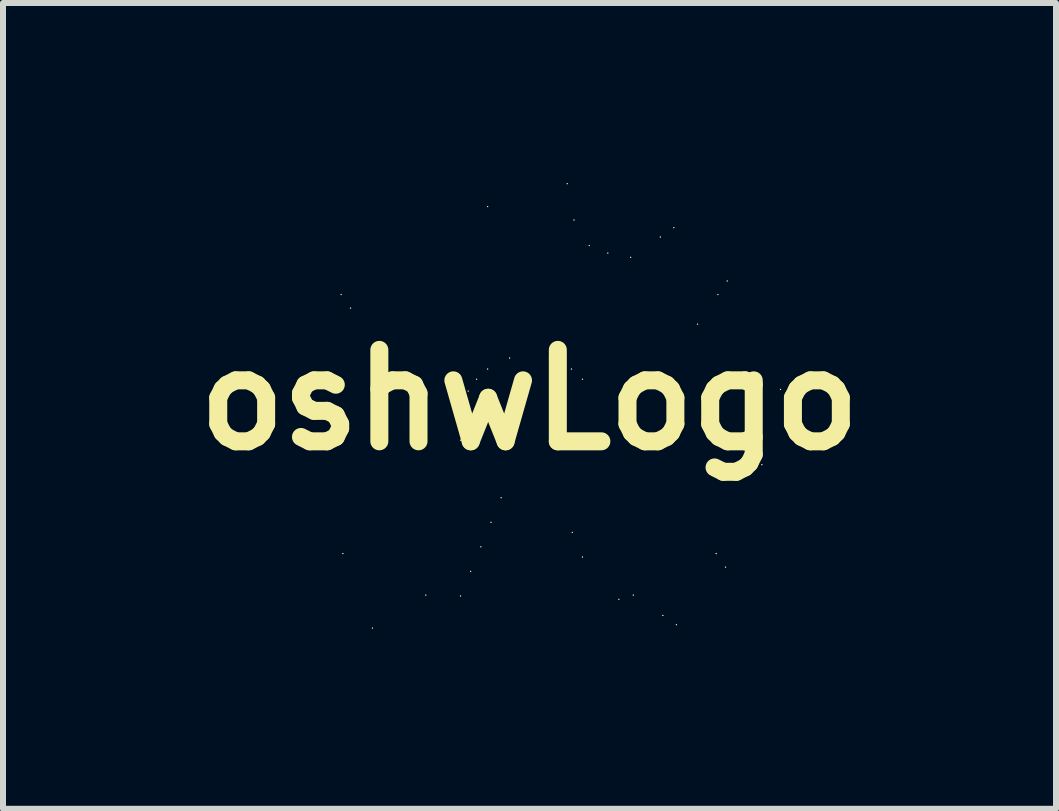
<source format=kicad_pcb>
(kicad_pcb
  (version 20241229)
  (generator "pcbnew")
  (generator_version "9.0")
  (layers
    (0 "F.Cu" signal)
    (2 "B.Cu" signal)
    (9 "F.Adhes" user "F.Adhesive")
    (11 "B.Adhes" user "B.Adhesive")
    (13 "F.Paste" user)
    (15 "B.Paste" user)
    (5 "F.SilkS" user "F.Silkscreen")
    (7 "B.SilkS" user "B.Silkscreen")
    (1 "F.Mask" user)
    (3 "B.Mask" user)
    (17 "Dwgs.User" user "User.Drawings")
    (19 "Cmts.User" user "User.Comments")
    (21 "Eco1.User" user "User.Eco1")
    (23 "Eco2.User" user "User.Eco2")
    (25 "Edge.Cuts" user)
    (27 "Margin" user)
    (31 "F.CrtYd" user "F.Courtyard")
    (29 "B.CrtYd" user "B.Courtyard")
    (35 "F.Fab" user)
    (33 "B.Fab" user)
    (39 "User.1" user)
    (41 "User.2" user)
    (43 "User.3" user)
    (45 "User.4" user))
  (footprint "oshwLogo"
    (layer "F.Cu")
    (at 5.777 3.617)
    (property "Reference" "oshwLogo" (at 0 0 0) (layer "F.SilkS") (effects (font (size 1.524 1.524) (thickness 0.3))))
    (attr through_hole)
    (fp_poly (pts (xy -3.133 -1.757) (xy -3.14 -1.75) (xy -3.147 -1.757) (xy -3.14 -1.764) (xy -3.133 -1.757)) (stroke (width 0.01) (type solid)) (fill yes) (layer "F.SilkS"))
    (fp_poly (pts (xy -3.104 2.561) (xy -3.111 2.568) (xy -3.119 2.561) (xy -3.111 2.554) (xy -3.104 2.561)) (stroke (width 0.01) (type solid)) (fill yes) (layer "F.SilkS"))
    (fp_poly (pts (xy -2.977 -1.531) (xy -2.985 -1.524) (xy -2.992 -1.531) (xy -2.985 -1.538) (xy -2.977 -1.531)) (stroke (width 0.01) (type solid)) (fill yes) (layer "F.SilkS"))
    (fp_poly (pts (xy -2.611 3.803) (xy -2.618 3.81) (xy -2.625 3.803) (xy -2.618 3.796) (xy -2.611 3.803)) (stroke (width 0.01) (type solid)) (fill yes) (layer "F.SilkS"))
    (fp_poly (pts (xy -1.722 3.253) (xy -1.729 3.26) (xy -1.736 3.253) (xy -1.729 3.246) (xy -1.722 3.253)) (stroke (width 0.01) (type solid)) (fill yes) (layer "F.SilkS"))
    (fp_poly (pts (xy -1.143 0.67) (xy -1.15 0.677) (xy -1.157 0.67) (xy -1.15 0.663) (xy -1.143 0.67)) (stroke (width 0.01) (type solid)) (fill yes) (layer "F.SilkS"))
    (fp_poly (pts (xy -1.143 3.267) (xy -1.15 3.274) (xy -1.157 3.267) (xy -1.15 3.26) (xy -1.143 3.267)) (stroke (width 0.01) (type solid)) (fill yes) (layer "F.SilkS"))
    (fp_poly (pts (xy -1.016 -0.148) (xy -1.023 -0.141) (xy -1.03 -0.148) (xy -1.023 -0.155) (xy -1.016 -0.148)) (stroke (width 0.01) (type solid)) (fill yes) (layer "F.SilkS"))
    (fp_poly (pts (xy -0.974 2.857) (xy -0.981 2.865) (xy -0.988 2.857) (xy -0.981 2.85) (xy -0.974 2.857)) (stroke (width 0.01) (type solid)) (fill yes) (layer "F.SilkS"))
    (fp_poly (pts (xy -0.875 -0.346) (xy -0.882 -0.339) (xy -0.889 -0.346) (xy -0.882 -0.353) (xy -0.875 -0.346)) (stroke (width 0.01) (type solid)) (fill yes) (layer "F.SilkS"))
    (fp_poly (pts (xy -0.804 2.448) (xy -0.811 2.455) (xy -0.818 2.448) (xy -0.811 2.441) (xy -0.804 2.448)) (stroke (width 0.01) (type solid)) (fill yes) (layer "F.SilkS"))
    (fp_poly (pts (xy -0.691 -3.224) (xy -0.699 -3.217) (xy -0.706 -3.224) (xy -0.699 -3.231) (xy -0.691 -3.224)) (stroke (width 0.01) (type solid)) (fill yes) (layer "F.SilkS"))
    (fp_poly (pts (xy -0.691 -0.515) (xy -0.699 -0.508) (xy -0.706 -0.515) (xy -0.699 -0.522) (xy -0.691 -0.515)) (stroke (width 0.01) (type solid)) (fill yes) (layer "F.SilkS"))
    (fp_poly (pts (xy -0.635 2.039) (xy -0.642 2.046) (xy -0.649 2.039) (xy -0.642 2.032) (xy -0.635 2.039)) (stroke (width 0.01) (type solid)) (fill yes) (layer "F.SilkS"))
    (fp_poly (pts (xy -0.466 1.63) (xy -0.473 1.637) (xy -0.48 1.63) (xy -0.473 1.623) (xy -0.466 1.63)) (stroke (width 0.01) (type solid)) (fill yes) (layer "F.SilkS"))
    (fp_poly (pts (xy -0.325 -0.699) (xy -0.332 -0.691) (xy -0.339 -0.699) (xy -0.332 -0.706) (xy -0.325 -0.699)) (stroke (width 0.01) (type solid)) (fill yes) (layer "F.SilkS"))
    (fp_poly (pts (xy 0.339 -0.699) (xy 0.332 -0.691) (xy 0.325 -0.699) (xy 0.332 -0.706) (xy 0.339 -0.699)) (stroke (width 0.01) (type solid)) (fill yes) (layer "F.SilkS"))
    (fp_poly (pts (xy 0.635 -3.605) (xy 0.628 -3.598) (xy 0.621 -3.605) (xy 0.628 -3.612) (xy 0.635 -3.605)) (stroke (width 0.01) (type solid)) (fill yes) (layer "F.SilkS"))
    (fp_poly (pts (xy 0.706 -0.515) (xy 0.699 -0.508) (xy 0.691 -0.515) (xy 0.699 -0.522) (xy 0.706 -0.515)) (stroke (width 0.01) (type solid)) (fill yes) (layer "F.SilkS"))
    (fp_poly (pts (xy 0.72 2.208) (xy 0.713 2.215) (xy 0.706 2.208) (xy 0.713 2.201) (xy 0.72 2.208)) (stroke (width 0.01) (type solid)) (fill yes) (layer "F.SilkS"))
    (fp_poly (pts (xy 0.748 -2.999) (xy 0.741 -2.992) (xy 0.734 -2.999) (xy 0.741 -3.006) (xy 0.748 -2.999)) (stroke (width 0.01) (type solid)) (fill yes) (layer "F.SilkS"))
    (fp_poly (pts (xy 0.889 -0.346) (xy 0.882 -0.339) (xy 0.875 -0.346) (xy 0.882 -0.353) (xy 0.889 -0.346)) (stroke (width 0.01) (type solid)) (fill yes) (layer "F.SilkS"))
    (fp_poly (pts (xy 0.889 2.618) (xy 0.882 2.625) (xy 0.875 2.618) (xy 0.882 2.611) (xy 0.889 2.618)) (stroke (width 0.01) (type solid)) (fill yes) (layer "F.SilkS"))
    (fp_poly (pts (xy 1.002 -2.575) (xy 0.995 -2.568) (xy 0.988 -2.575) (xy 0.995 -2.582) (xy 1.002 -2.575)) (stroke (width 0.01) (type solid)) (fill yes) (layer "F.SilkS"))
    (fp_poly (pts (xy 1.157 0.67) (xy 1.15 0.677) (xy 1.143 0.67) (xy 1.15 0.663) (xy 1.157 0.67)) (stroke (width 0.01) (type solid)) (fill yes) (layer "F.SilkS"))
    (fp_poly (pts (xy 1.312 -2.448) (xy 1.305 -2.441) (xy 1.298 -2.448) (xy 1.305 -2.455) (xy 1.312 -2.448)) (stroke (width 0.01) (type solid)) (fill yes) (layer "F.SilkS"))
    (fp_poly (pts (xy 1.496 3.323) (xy 1.489 3.33) (xy 1.482 3.323) (xy 1.489 3.316) (xy 1.496 3.323)) (stroke (width 0.01) (type solid)) (fill yes) (layer "F.SilkS"))
    (fp_poly (pts (xy 1.693 -2.378) (xy 1.686 -2.371) (xy 1.679 -2.378) (xy 1.686 -2.385) (xy 1.693 -2.378)) (stroke (width 0.01) (type solid)) (fill yes) (layer "F.SilkS"))
    (fp_poly (pts (xy 1.736 3.253) (xy 1.729 3.26) (xy 1.722 3.253) (xy 1.729 3.246) (xy 1.736 3.253)) (stroke (width 0.01) (type solid)) (fill yes) (layer "F.SilkS"))
    (fp_poly (pts (xy 2.187 -2.716) (xy 2.18 -2.709) (xy 2.173 -2.716) (xy 2.18 -2.723) (xy 2.187 -2.716)) (stroke (width 0.01) (type solid)) (fill yes) (layer "F.SilkS"))
    (fp_poly (pts (xy 2.23 3.591) (xy 2.223 3.598) (xy 2.215 3.591) (xy 2.223 3.584) (xy 2.23 3.591)) (stroke (width 0.01) (type solid)) (fill yes) (layer "F.SilkS"))
    (fp_poly (pts (xy 2.413 -2.872) (xy 2.406 -2.865) (xy 2.399 -2.872) (xy 2.406 -2.879) (xy 2.413 -2.872)) (stroke (width 0.01) (type solid)) (fill yes) (layer "F.SilkS"))
    (fp_poly (pts (xy 2.455 3.747) (xy 2.448 3.754) (xy 2.441 3.747) (xy 2.448 3.739) (xy 2.455 3.747)) (stroke (width 0.01) (type solid)) (fill yes) (layer "F.SilkS"))
    (fp_poly (pts (xy 2.808 -1.263) (xy 2.801 -1.256) (xy 2.794 -1.263) (xy 2.801 -1.27) (xy 2.808 -1.263)) (stroke (width 0.01) (type solid)) (fill yes) (layer "F.SilkS"))
    (fp_poly (pts (xy 3.119 2.561) (xy 3.111 2.568) (xy 3.104 2.561) (xy 3.111 2.554) (xy 3.119 2.561)) (stroke (width 0.01) (type solid)) (fill yes) (layer "F.SilkS"))
    (fp_poly (pts (xy 3.147 -1.757) (xy 3.14 -1.75) (xy 3.133 -1.757) (xy 3.14 -1.764) (xy 3.147 -1.757)) (stroke (width 0.01) (type solid)) (fill yes) (layer "F.SilkS"))
    (fp_poly (pts (xy 3.274 1.192) (xy 3.267 1.199) (xy 3.26 1.192) (xy 3.267 1.185) (xy 3.274 1.192)) (stroke (width 0.01) (type solid)) (fill yes) (layer "F.SilkS"))
    (fp_poly (pts (xy 3.274 2.787) (xy 3.267 2.794) (xy 3.26 2.787) (xy 3.267 2.78) (xy 3.274 2.787)) (stroke (width 0.01) (type solid)) (fill yes) (layer "F.SilkS"))
    (fp_poly (pts (xy 3.302 -1.983) (xy 3.295 -1.976) (xy 3.288 -1.983) (xy 3.295 -1.99) (xy 3.302 -1.983)) (stroke (width 0.01) (type solid)) (fill yes) (layer "F.SilkS"))
    (fp_poly (pts (xy 3.584 -0.289) (xy 3.577 -0.282) (xy 3.57 -0.289) (xy 3.577 -0.296) (xy 3.584 -0.289)) (stroke (width 0.01) (type solid)) (fill yes) (layer "F.SilkS"))
    (fp_poly (pts (xy 3.881 1.079) (xy 3.873 1.087) (xy 3.866 1.079) (xy 3.873 1.072) (xy 3.881 1.079)) (stroke (width 0.01) (type solid)) (fill yes) (layer "F.SilkS"))
    (fp_poly (pts (xy 4.191 -0.176) (xy 4.184 -0.169) (xy 4.177 -0.176) (xy 4.184 -0.183) (xy 4.191 -0.176)) (stroke (width 0.01) (type solid)) (fill yes) (layer "F.SilkS")))
  (gr_rect
    (start -3 -3)
    (end 14.553 10.432)
    (stroke (width 0.1) (type default))
    (fill no)
    (layer "Edge.Cuts")))
</source>
